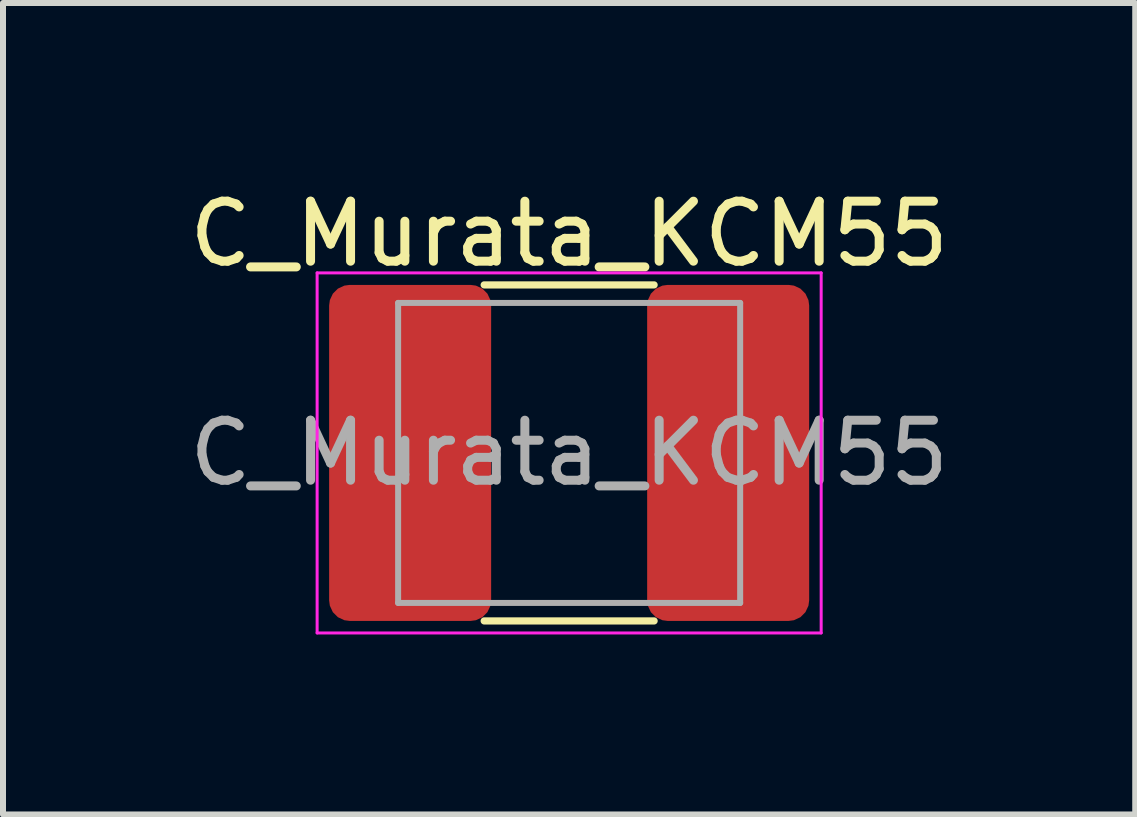
<source format=kicad_pcb>
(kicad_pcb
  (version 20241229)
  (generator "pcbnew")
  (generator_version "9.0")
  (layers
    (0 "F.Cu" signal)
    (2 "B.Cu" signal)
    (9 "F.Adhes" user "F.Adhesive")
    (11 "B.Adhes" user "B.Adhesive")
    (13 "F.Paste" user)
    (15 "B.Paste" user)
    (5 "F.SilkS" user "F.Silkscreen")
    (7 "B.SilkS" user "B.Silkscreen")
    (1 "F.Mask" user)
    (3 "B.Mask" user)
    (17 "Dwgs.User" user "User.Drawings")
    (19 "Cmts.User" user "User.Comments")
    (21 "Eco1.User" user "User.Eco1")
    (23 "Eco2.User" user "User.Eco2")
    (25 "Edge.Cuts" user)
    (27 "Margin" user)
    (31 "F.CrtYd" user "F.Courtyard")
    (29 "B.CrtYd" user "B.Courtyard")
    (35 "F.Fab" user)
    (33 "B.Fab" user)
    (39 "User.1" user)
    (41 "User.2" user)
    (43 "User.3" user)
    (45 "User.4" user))
  (footprint "C_Murata_KCM55"
    (layer "F.Cu")
    (at 6.435 4.498)
    (property "Reference" "C_Murata_KCM55" (at 0 -3.65 0) (layer "F.SilkS") (effects (font (size 1 1) (thickness 0.15))))
    (attr smd)
    (fp_line (start -1.416 -2.8) (end 1.416 -2.8) (stroke (width 0.12) (type solid)) (layer "F.SilkS"))
    (fp_line (start -1.416 2.8) (end 1.416 2.8) (stroke (width 0.12) (type solid)) (layer "F.SilkS"))
    (fp_line (start -4.2 -3) (end 4.2 -3) (stroke (width 0.05) (type solid)) (layer "F.CrtYd"))
    (fp_line (start -4.2 3) (end -4.2 -3) (stroke (width 0.05) (type solid)) (layer "F.CrtYd"))
    (fp_line (start 4.2 -3) (end 4.2 3) (stroke (width 0.05) (type solid)) (layer "F.CrtYd"))
    (fp_line (start 4.2 3) (end -4.2 3) (stroke (width 0.05) (type solid)) (layer "F.CrtYd"))
    (fp_line (start -2.85 -2.5) (end 2.85 -2.5) (stroke (width 0.1) (type solid)) (layer "F.Fab"))
    (fp_line (start -2.85 2.5) (end -2.85 -2.5) (stroke (width 0.1) (type solid)) (layer "F.Fab"))
    (fp_line (start 2.85 -2.5) (end 2.85 2.5) (stroke (width 0.1) (type solid)) (layer "F.Fab"))
    (fp_line (start 2.85 2.5) (end -2.85 2.5) (stroke (width 0.1) (type solid)) (layer "F.Fab"))
    (fp_text user "${REFERENCE}" (at 0 0 0) (layer "F.Fab") (effects (font (size 1 1) (thickness 0.15))))
    (pad "1" smd roundrect (at -2.65 0) (size 2.7 5.6) (layers "F.Cu" "F.Mask" "F.Paste") (roundrect_rratio 0.127))
    (pad "2" smd roundrect (at 2.65 0) (size 2.7 5.6) (layers "F.Cu" "F.Mask" "F.Paste") (roundrect_rratio 0.127)))
  (gr_rect
    (start -3 -3)
    (end 15.869 10.523)
    (stroke (width 0.1) (type default))
    (fill no)
    (layer "Edge.Cuts")))
</source>
